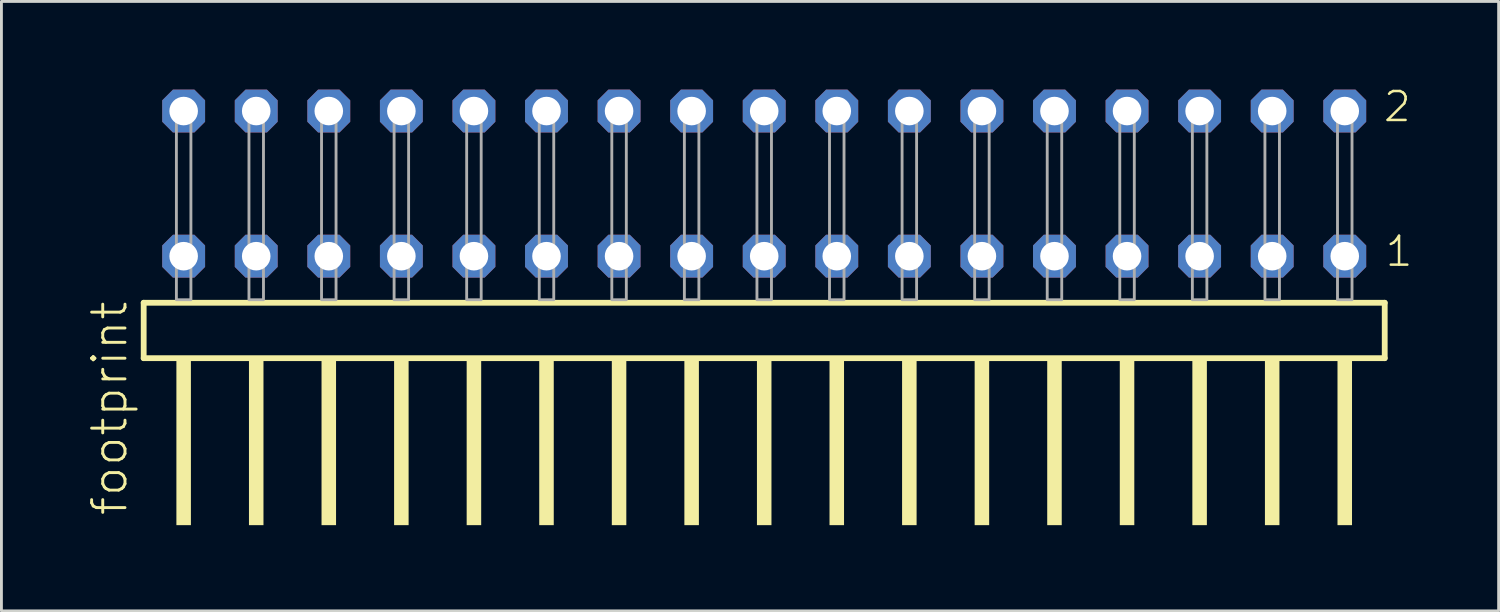
<source format=kicad_pcb>
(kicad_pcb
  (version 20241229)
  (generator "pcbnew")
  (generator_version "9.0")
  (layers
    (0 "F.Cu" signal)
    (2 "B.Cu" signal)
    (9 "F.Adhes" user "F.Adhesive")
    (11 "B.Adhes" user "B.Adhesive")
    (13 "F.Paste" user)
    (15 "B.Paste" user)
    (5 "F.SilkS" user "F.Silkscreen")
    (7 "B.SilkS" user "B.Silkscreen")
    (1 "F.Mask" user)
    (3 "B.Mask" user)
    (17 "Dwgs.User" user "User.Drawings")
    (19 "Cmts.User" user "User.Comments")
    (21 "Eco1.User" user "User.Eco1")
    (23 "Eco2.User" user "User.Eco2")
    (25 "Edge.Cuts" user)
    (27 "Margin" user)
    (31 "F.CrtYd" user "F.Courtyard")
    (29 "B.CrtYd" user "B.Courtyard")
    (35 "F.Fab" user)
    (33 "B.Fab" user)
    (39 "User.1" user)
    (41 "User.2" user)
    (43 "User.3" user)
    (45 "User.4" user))
  (footprint "footprint"
    (layer "F.Cu")
    (at 23.698 7.441)
    (property "Reference" "footprint" (at -22.225 7.62 90) (layer "F.SilkS") (effects (font (size 1.168 1.168) (thickness 0.102)) (justify left bottom)))
    (fp_line (start -21.719 0.106) (end -21.719 2.046) (stroke (width 0.203) (type solid)) (layer "F.SilkS"))
    (fp_line (start -21.719 2.046) (end 21.719 2.046) (stroke (width 0.203) (type solid)) (layer "F.SilkS"))
    (fp_line (start 21.719 0.106) (end -21.719 0.106) (stroke (width 0.203) (type solid)) (layer "F.SilkS"))
    (fp_line (start 21.719 2.046) (end 21.719 0.106) (stroke (width 0.203) (type solid)) (layer "F.SilkS"))
    (fp_poly (pts (xy -20.574 7.89) (xy -20.066 7.89) (xy -20.066 2.04) (xy -20.574 2.04)) (stroke (width 0) (type solid)) (fill yes) (layer "F.SilkS"))
    (fp_poly (pts (xy -18.034 7.89) (xy -17.526 7.89) (xy -17.526 2.04) (xy -18.034 2.04)) (stroke (width 0) (type solid)) (fill yes) (layer "F.SilkS"))
    (fp_poly (pts (xy -15.494 7.89) (xy -14.986 7.89) (xy -14.986 2.04) (xy -15.494 2.04)) (stroke (width 0) (type solid)) (fill yes) (layer "F.SilkS"))
    (fp_poly (pts (xy -12.954 7.89) (xy -12.446 7.89) (xy -12.446 2.04) (xy -12.954 2.04)) (stroke (width 0) (type solid)) (fill yes) (layer "F.SilkS"))
    (fp_poly (pts (xy -10.414 7.89) (xy -9.906 7.89) (xy -9.906 2.04) (xy -10.414 2.04)) (stroke (width 0) (type solid)) (fill yes) (layer "F.SilkS"))
    (fp_poly (pts (xy -7.874 7.89) (xy -7.366 7.89) (xy -7.366 2.04) (xy -7.874 2.04)) (stroke (width 0) (type solid)) (fill yes) (layer "F.SilkS"))
    (fp_poly (pts (xy -5.334 7.89) (xy -4.826 7.89) (xy -4.826 2.04) (xy -5.334 2.04)) (stroke (width 0) (type solid)) (fill yes) (layer "F.SilkS"))
    (fp_poly (pts (xy -2.794 7.89) (xy -2.286 7.89) (xy -2.286 2.04) (xy -2.794 2.04)) (stroke (width 0) (type solid)) (fill yes) (layer "F.SilkS"))
    (fp_poly (pts (xy -0.254 7.89) (xy 0.254 7.89) (xy 0.254 2.04) (xy -0.254 2.04)) (stroke (width 0) (type solid)) (fill yes) (layer "F.SilkS"))
    (fp_poly (pts (xy 2.286 7.89) (xy 2.794 7.89) (xy 2.794 2.04) (xy 2.286 2.04)) (stroke (width 0) (type solid)) (fill yes) (layer "F.SilkS"))
    (fp_poly (pts (xy 4.826 7.89) (xy 5.334 7.89) (xy 5.334 2.04) (xy 4.826 2.04)) (stroke (width 0) (type solid)) (fill yes) (layer "F.SilkS"))
    (fp_poly (pts (xy 7.366 7.89) (xy 7.874 7.89) (xy 7.874 2.04) (xy 7.366 2.04)) (stroke (width 0) (type solid)) (fill yes) (layer "F.SilkS"))
    (fp_poly (pts (xy 9.906 7.89) (xy 10.414 7.89) (xy 10.414 2.04) (xy 9.906 2.04)) (stroke (width 0) (type solid)) (fill yes) (layer "F.SilkS"))
    (fp_poly (pts (xy 12.446 7.89) (xy 12.954 7.89) (xy 12.954 2.04) (xy 12.446 2.04)) (stroke (width 0) (type solid)) (fill yes) (layer "F.SilkS"))
    (fp_poly (pts (xy 14.986 7.89) (xy 15.494 7.89) (xy 15.494 2.04) (xy 14.986 2.04)) (stroke (width 0) (type solid)) (fill yes) (layer "F.SilkS"))
    (fp_poly (pts (xy 17.526 7.89) (xy 18.034 7.89) (xy 18.034 2.04) (xy 17.526 2.04)) (stroke (width 0) (type solid)) (fill yes) (layer "F.SilkS"))
    (fp_poly (pts (xy 20.066 7.89) (xy 20.574 7.89) (xy 20.574 2.04) (xy 20.066 2.04)) (stroke (width 0) (type solid)) (fill yes) (layer "F.SilkS"))
    (fp_poly (pts (xy -20.574 0) (xy -20.066 0) (xy -20.066 -6.858) (xy -20.574 -6.858)) (stroke (width 0.1) (type solid)) (fill no) (layer "F.Fab"))
    (fp_poly (pts (xy -18.034 0) (xy -17.526 0) (xy -17.526 -6.858) (xy -18.034 -6.858)) (stroke (width 0.1) (type solid)) (fill no) (layer "F.Fab"))
    (fp_poly (pts (xy -15.494 0) (xy -14.986 0) (xy -14.986 -6.858) (xy -15.494 -6.858)) (stroke (width 0.1) (type solid)) (fill no) (layer "F.Fab"))
    (fp_poly (pts (xy -12.954 0) (xy -12.446 0) (xy -12.446 -6.858) (xy -12.954 -6.858)) (stroke (width 0.1) (type solid)) (fill no) (layer "F.Fab"))
    (fp_poly (pts (xy -10.414 0) (xy -9.906 0) (xy -9.906 -6.858) (xy -10.414 -6.858)) (stroke (width 0.1) (type solid)) (fill no) (layer "F.Fab"))
    (fp_poly (pts (xy -7.874 0) (xy -7.366 0) (xy -7.366 -6.858) (xy -7.874 -6.858)) (stroke (width 0.1) (type solid)) (fill no) (layer "F.Fab"))
    (fp_poly (pts (xy -5.334 0) (xy -4.826 0) (xy -4.826 -6.858) (xy -5.334 -6.858)) (stroke (width 0.1) (type solid)) (fill no) (layer "F.Fab"))
    (fp_poly (pts (xy -2.794 0) (xy -2.286 0) (xy -2.286 -6.858) (xy -2.794 -6.858)) (stroke (width 0.1) (type solid)) (fill no) (layer "F.Fab"))
    (fp_poly (pts (xy -0.254 0) (xy 0.254 0) (xy 0.254 -6.858) (xy -0.254 -6.858)) (stroke (width 0.1) (type solid)) (fill no) (layer "F.Fab"))
    (fp_poly (pts (xy 2.286 0) (xy 2.794 0) (xy 2.794 -6.858) (xy 2.286 -6.858)) (stroke (width 0.1) (type solid)) (fill no) (layer "F.Fab"))
    (fp_poly (pts (xy 4.826 0) (xy 5.334 0) (xy 5.334 -6.858) (xy 4.826 -6.858)) (stroke (width 0.1) (type solid)) (fill no) (layer "F.Fab"))
    (fp_poly (pts (xy 7.366 0) (xy 7.874 0) (xy 7.874 -6.858) (xy 7.366 -6.858)) (stroke (width 0.1) (type solid)) (fill no) (layer "F.Fab"))
    (fp_poly (pts (xy 9.906 0) (xy 10.414 0) (xy 10.414 -6.858) (xy 9.906 -6.858)) (stroke (width 0.1) (type solid)) (fill no) (layer "F.Fab"))
    (fp_poly (pts (xy 12.446 0) (xy 12.954 0) (xy 12.954 -6.858) (xy 12.446 -6.858)) (stroke (width 0.1) (type solid)) (fill no) (layer "F.Fab"))
    (fp_poly (pts (xy 14.986 0) (xy 15.494 0) (xy 15.494 -6.858) (xy 14.986 -6.858)) (stroke (width 0.1) (type solid)) (fill no) (layer "F.Fab"))
    (fp_poly (pts (xy 17.526 0) (xy 18.034 0) (xy 18.034 -6.858) (xy 17.526 -6.858)) (stroke (width 0.1) (type solid)) (fill no) (layer "F.Fab"))
    (fp_poly (pts (xy 20.066 0) (xy 20.574 0) (xy 20.574 -6.858) (xy 20.066 -6.858)) (stroke (width 0.1) (type solid)) (fill no) (layer "F.Fab"))
    (fp_text user "1" (at 21.68 -1.1 0) (layer "F.SilkS") (effects (font (size 1.012 1.012) (thickness 0.088)) (justify left bottom)))
    (fp_text user "2" (at 21.62 -6.165 0) (layer "F.SilkS") (effects (font (size 1.012 1.012) (thickness 0.088)) (justify left bottom)))
    (pad "1" thru_hole roundrect (at 20.32 -1.524 180) (size 1.5 1.5) (drill 1) (layers "*.Cu" "*.Mask") (roundrect_rratio 0.25) (chamfer_ratio 0.25) (chamfer top_left top_right bottom_left bottom_right))
    (pad "2" thru_hole roundrect (at 20.32 -6.604 180) (size 1.5 1.5) (drill 1) (layers "*.Cu" "*.Mask") (roundrect_rratio 0.25) (chamfer_ratio 0.25) (chamfer top_left top_right bottom_left bottom_right))
    (pad "3" thru_hole roundrect (at 17.78 -1.524 180) (size 1.5 1.5) (drill 1) (layers "*.Cu" "*.Mask") (roundrect_rratio 0.25) (chamfer_ratio 0.25) (chamfer top_left top_right bottom_left bottom_right))
    (pad "4" thru_hole roundrect (at 17.78 -6.604 180) (size 1.5 1.5) (drill 1) (layers "*.Cu" "*.Mask") (roundrect_rratio 0.25) (chamfer_ratio 0.25) (chamfer top_left top_right bottom_left bottom_right))
    (pad "5" thru_hole roundrect (at 15.24 -1.524 180) (size 1.5 1.5) (drill 1) (layers "*.Cu" "*.Mask") (roundrect_rratio 0.25) (chamfer_ratio 0.25) (chamfer top_left top_right bottom_left bottom_right))
    (pad "6" thru_hole roundrect (at 15.24 -6.604 180) (size 1.5 1.5) (drill 1) (layers "*.Cu" "*.Mask") (roundrect_rratio 0.25) (chamfer_ratio 0.25) (chamfer top_left top_right bottom_left bottom_right))
    (pad "7" thru_hole roundrect (at 12.7 -1.524 180) (size 1.5 1.5) (drill 1) (layers "*.Cu" "*.Mask") (roundrect_rratio 0.25) (chamfer_ratio 0.25) (chamfer top_left top_right bottom_left bottom_right))
    (pad "8" thru_hole roundrect (at 12.7 -6.604 180) (size 1.5 1.5) (drill 1) (layers "*.Cu" "*.Mask") (roundrect_rratio 0.25) (chamfer_ratio 0.25) (chamfer top_left top_right bottom_left bottom_right))
    (pad "9" thru_hole roundrect (at 10.16 -1.524 180) (size 1.5 1.5) (drill 1) (layers "*.Cu" "*.Mask") (roundrect_rratio 0.25) (chamfer_ratio 0.25) (chamfer top_left top_right bottom_left bottom_right))
    (pad "10" thru_hole roundrect (at 10.16 -6.604 180) (size 1.5 1.5) (drill 1) (layers "*.Cu" "*.Mask") (roundrect_rratio 0.25) (chamfer_ratio 0.25) (chamfer top_left top_right bottom_left bottom_right))
    (pad "11" thru_hole roundrect (at 7.62 -1.524 180) (size 1.5 1.5) (drill 1) (layers "*.Cu" "*.Mask") (roundrect_rratio 0.25) (chamfer_ratio 0.25) (chamfer top_left top_right bottom_left bottom_right))
    (pad "12" thru_hole roundrect (at 7.62 -6.604 180) (size 1.5 1.5) (drill 1) (layers "*.Cu" "*.Mask") (roundrect_rratio 0.25) (chamfer_ratio 0.25) (chamfer top_left top_right bottom_left bottom_right))
    (pad "13" thru_hole roundrect (at 5.08 -1.524 180) (size 1.5 1.5) (drill 1) (layers "*.Cu" "*.Mask") (roundrect_rratio 0.25) (chamfer_ratio 0.25) (chamfer top_left top_right bottom_left bottom_right))
    (pad "14" thru_hole roundrect (at 5.08 -6.604 180) (size 1.5 1.5) (drill 1) (layers "*.Cu" "*.Mask") (roundrect_rratio 0.25) (chamfer_ratio 0.25) (chamfer top_left top_right bottom_left bottom_right))
    (pad "15" thru_hole roundrect (at 2.54 -1.524 180) (size 1.5 1.5) (drill 1) (layers "*.Cu" "*.Mask") (roundrect_rratio 0.25) (chamfer_ratio 0.25) (chamfer top_left top_right bottom_left bottom_right))
    (pad "16" thru_hole roundrect (at 2.54 -6.604 180) (size 1.5 1.5) (drill 1) (layers "*.Cu" "*.Mask") (roundrect_rratio 0.25) (chamfer_ratio 0.25) (chamfer top_left top_right bottom_left bottom_right))
    (pad "17" thru_hole roundrect (at 0 -1.524 180) (size 1.5 1.5) (drill 1) (layers "*.Cu" "*.Mask") (roundrect_rratio 0.25) (chamfer_ratio 0.25) (chamfer top_left top_right bottom_left bottom_right))
    (pad "18" thru_hole roundrect (at 0 -6.604 180) (size 1.5 1.5) (drill 1) (layers "*.Cu" "*.Mask") (roundrect_rratio 0.25) (chamfer_ratio 0.25) (chamfer top_left top_right bottom_left bottom_right))
    (pad "19" thru_hole roundrect (at -2.54 -1.524 180) (size 1.5 1.5) (drill 1) (layers "*.Cu" "*.Mask") (roundrect_rratio 0.25) (chamfer_ratio 0.25) (chamfer top_left top_right bottom_left bottom_right))
    (pad "20" thru_hole roundrect (at -2.54 -6.604 180) (size 1.5 1.5) (drill 1) (layers "*.Cu" "*.Mask") (roundrect_rratio 0.25) (chamfer_ratio 0.25) (chamfer top_left top_right bottom_left bottom_right))
    (pad "21" thru_hole roundrect (at -5.08 -1.524 180) (size 1.5 1.5) (drill 1) (layers "*.Cu" "*.Mask") (roundrect_rratio 0.25) (chamfer_ratio 0.25) (chamfer top_left top_right bottom_left bottom_right))
    (pad "22" thru_hole roundrect (at -5.08 -6.604 180) (size 1.5 1.5) (drill 1) (layers "*.Cu" "*.Mask") (roundrect_rratio 0.25) (chamfer_ratio 0.25) (chamfer top_left top_right bottom_left bottom_right))
    (pad "23" thru_hole roundrect (at -7.62 -1.524 180) (size 1.5 1.5) (drill 1) (layers "*.Cu" "*.Mask") (roundrect_rratio 0.25) (chamfer_ratio 0.25) (chamfer top_left top_right bottom_left bottom_right))
    (pad "24" thru_hole roundrect (at -7.62 -6.604 180) (size 1.5 1.5) (drill 1) (layers "*.Cu" "*.Mask") (roundrect_rratio 0.25) (chamfer_ratio 0.25) (chamfer top_left top_right bottom_left bottom_right))
    (pad "25" thru_hole roundrect (at -10.16 -1.524 180) (size 1.5 1.5) (drill 1) (layers "*.Cu" "*.Mask") (roundrect_rratio 0.25) (chamfer_ratio 0.25) (chamfer top_left top_right bottom_left bottom_right))
    (pad "26" thru_hole roundrect (at -10.16 -6.604 180) (size 1.5 1.5) (drill 1) (layers "*.Cu" "*.Mask") (roundrect_rratio 0.25) (chamfer_ratio 0.25) (chamfer top_left top_right bottom_left bottom_right))
    (pad "27" thru_hole roundrect (at -12.7 -1.524 180) (size 1.5 1.5) (drill 1) (layers "*.Cu" "*.Mask") (roundrect_rratio 0.25) (chamfer_ratio 0.25) (chamfer top_left top_right bottom_left bottom_right))
    (pad "28" thru_hole roundrect (at -12.7 -6.604 180) (size 1.5 1.5) (drill 1) (layers "*.Cu" "*.Mask") (roundrect_rratio 0.25) (chamfer_ratio 0.25) (chamfer top_left top_right bottom_left bottom_right))
    (pad "29" thru_hole roundrect (at -15.24 -1.524 180) (size 1.5 1.5) (drill 1) (layers "*.Cu" "*.Mask") (roundrect_rratio 0.25) (chamfer_ratio 0.25) (chamfer top_left top_right bottom_left bottom_right))
    (pad "30" thru_hole roundrect (at -15.24 -6.604 180) (size 1.5 1.5) (drill 1) (layers "*.Cu" "*.Mask") (roundrect_rratio 0.25) (chamfer_ratio 0.25) (chamfer top_left top_right bottom_left bottom_right))
    (pad "31" thru_hole roundrect (at -17.78 -1.524 180) (size 1.5 1.5) (drill 1) (layers "*.Cu" "*.Mask") (roundrect_rratio 0.25) (chamfer_ratio 0.25) (chamfer top_left top_right bottom_left bottom_right))
    (pad "32" thru_hole roundrect (at -17.78 -6.604 180) (size 1.5 1.5) (drill 1) (layers "*.Cu" "*.Mask") (roundrect_rratio 0.25) (chamfer_ratio 0.25) (chamfer top_left top_right bottom_left bottom_right))
    (pad "33" thru_hole roundrect (at -20.32 -1.524 180) (size 1.5 1.5) (drill 1) (layers "*.Cu" "*.Mask") (roundrect_rratio 0.25) (chamfer_ratio 0.25) (chamfer top_left top_right bottom_left bottom_right))
    (pad "34" thru_hole roundrect (at -20.32 -6.604 180) (size 1.5 1.5) (drill 1) (layers "*.Cu" "*.Mask") (roundrect_rratio 0.25) (chamfer_ratio 0.25) (chamfer top_left top_right bottom_left bottom_right)))
  (gr_rect
    (start -3 -3)
    (end 49.404 18.331)
    (stroke (width 0.1) (type default))
    (fill no)
    (layer "Edge.Cuts")))
</source>
